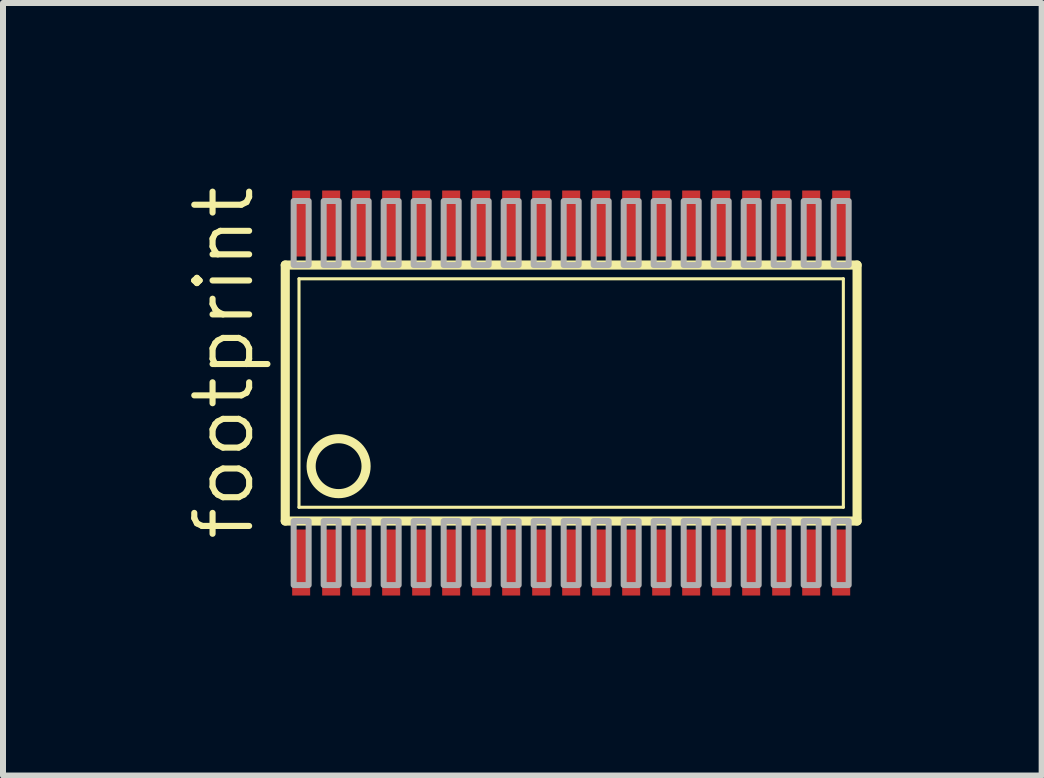
<source format=kicad_pcb>
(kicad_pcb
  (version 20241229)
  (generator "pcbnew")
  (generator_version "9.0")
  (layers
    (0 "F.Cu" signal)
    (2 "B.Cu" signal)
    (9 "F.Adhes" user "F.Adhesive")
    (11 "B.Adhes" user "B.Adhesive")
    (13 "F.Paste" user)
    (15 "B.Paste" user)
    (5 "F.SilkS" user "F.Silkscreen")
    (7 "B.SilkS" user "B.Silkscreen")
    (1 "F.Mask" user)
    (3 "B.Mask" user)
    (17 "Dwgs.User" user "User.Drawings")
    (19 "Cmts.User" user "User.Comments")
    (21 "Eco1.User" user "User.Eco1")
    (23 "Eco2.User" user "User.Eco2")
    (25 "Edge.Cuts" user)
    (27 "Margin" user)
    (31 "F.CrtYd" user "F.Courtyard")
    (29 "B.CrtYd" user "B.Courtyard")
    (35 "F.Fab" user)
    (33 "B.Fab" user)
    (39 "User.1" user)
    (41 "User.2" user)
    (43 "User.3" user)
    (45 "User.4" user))
  (footprint "footprint"
    (layer "F.Cu")
    (at 6.469 3.5)
    (property "Reference" "footprint" (at -5.25 2.5 90) (layer "F.SilkS") (effects (font (size 0.914 0.914) (thickness 0.102)) (justify left bottom)))
    (fp_line (start -4.765 2.133) (end -4.765 -2.133) (stroke (width 0.152) (type solid)) (layer "F.SilkS"))
    (fp_line (start -4.765 2.133) (end 4.765 2.133) (stroke (width 0.152) (type solid)) (layer "F.SilkS"))
    (fp_line (start -4.536 1.904) (end -4.536 -1.904) (stroke (width 0.051) (type solid)) (layer "F.SilkS"))
    (fp_line (start -4.536 1.904) (end 4.536 1.904) (stroke (width 0.051) (type solid)) (layer "F.SilkS"))
    (fp_line (start 4.536 -1.904) (end -4.536 -1.904) (stroke (width 0.051) (type solid)) (layer "F.SilkS"))
    (fp_line (start 4.536 -1.904) (end 4.536 1.904) (stroke (width 0.051) (type solid)) (layer "F.SilkS"))
    (fp_line (start 4.765 -2.133) (end -4.765 -2.133) (stroke (width 0.152) (type solid)) (layer "F.SilkS"))
    (fp_line (start 4.765 -2.133) (end 4.765 2.133) (stroke (width 0.152) (type solid)) (layer "F.SilkS"))
    (fp_circle (center -3.876 1.219) (end -3.418 1.219) (stroke (width 0.152) (type solid)) (fill no) (layer "F.SilkS"))
    (fp_poly (pts (xy -4.625 3.2) (xy -4.375 3.2) (xy -4.375 2.133) (xy -4.625 2.133)) (stroke (width 0.1) (type solid)) (fill no) (layer "F.Fab"))
    (fp_poly (pts (xy -4.375 -3.2) (xy -4.625 -3.2) (xy -4.625 -2.133) (xy -4.375 -2.133)) (stroke (width 0.1) (type solid)) (fill no) (layer "F.Fab"))
    (fp_poly (pts (xy -4.125 3.2) (xy -3.875 3.2) (xy -3.875 2.133) (xy -4.125 2.133)) (stroke (width 0.1) (type solid)) (fill no) (layer "F.Fab"))
    (fp_poly (pts (xy -3.875 -3.2) (xy -4.125 -3.2) (xy -4.125 -2.133) (xy -3.875 -2.133)) (stroke (width 0.1) (type solid)) (fill no) (layer "F.Fab"))
    (fp_poly (pts (xy -3.625 3.2) (xy -3.375 3.2) (xy -3.375 2.133) (xy -3.625 2.133)) (stroke (width 0.1) (type solid)) (fill no) (layer "F.Fab"))
    (fp_poly (pts (xy -3.375 -3.2) (xy -3.625 -3.2) (xy -3.625 -2.133) (xy -3.375 -2.133)) (stroke (width 0.1) (type solid)) (fill no) (layer "F.Fab"))
    (fp_poly (pts (xy -3.125 3.2) (xy -2.875 3.2) (xy -2.875 2.133) (xy -3.125 2.133)) (stroke (width 0.1) (type solid)) (fill no) (layer "F.Fab"))
    (fp_poly (pts (xy -2.875 -3.2) (xy -3.125 -3.2) (xy -3.125 -2.133) (xy -2.875 -2.133)) (stroke (width 0.1) (type solid)) (fill no) (layer "F.Fab"))
    (fp_poly (pts (xy -2.625 3.2) (xy -2.375 3.2) (xy -2.375 2.133) (xy -2.625 2.133)) (stroke (width 0.1) (type solid)) (fill no) (layer "F.Fab"))
    (fp_poly (pts (xy -2.375 -3.2) (xy -2.625 -3.2) (xy -2.625 -2.133) (xy -2.375 -2.133)) (stroke (width 0.1) (type solid)) (fill no) (layer "F.Fab"))
    (fp_poly (pts (xy -2.125 3.2) (xy -1.875 3.2) (xy -1.875 2.133) (xy -2.125 2.133)) (stroke (width 0.1) (type solid)) (fill no) (layer "F.Fab"))
    (fp_poly (pts (xy -1.875 -3.2) (xy -2.125 -3.2) (xy -2.125 -2.133) (xy -1.875 -2.133)) (stroke (width 0.1) (type solid)) (fill no) (layer "F.Fab"))
    (fp_poly (pts (xy -1.625 3.2) (xy -1.375 3.2) (xy -1.375 2.133) (xy -1.625 2.133)) (stroke (width 0.1) (type solid)) (fill no) (layer "F.Fab"))
    (fp_poly (pts (xy -1.375 -3.2) (xy -1.625 -3.2) (xy -1.625 -2.133) (xy -1.375 -2.133)) (stroke (width 0.1) (type solid)) (fill no) (layer "F.Fab"))
    (fp_poly (pts (xy -1.125 3.2) (xy -0.875 3.2) (xy -0.875 2.133) (xy -1.125 2.133)) (stroke (width 0.1) (type solid)) (fill no) (layer "F.Fab"))
    (fp_poly (pts (xy -0.875 -3.2) (xy -1.125 -3.2) (xy -1.125 -2.133) (xy -0.875 -2.133)) (stroke (width 0.1) (type solid)) (fill no) (layer "F.Fab"))
    (fp_poly (pts (xy -0.625 3.2) (xy -0.375 3.2) (xy -0.375 2.133) (xy -0.625 2.133)) (stroke (width 0.1) (type solid)) (fill no) (layer "F.Fab"))
    (fp_poly (pts (xy -0.375 -3.2) (xy -0.625 -3.2) (xy -0.625 -2.133) (xy -0.375 -2.133)) (stroke (width 0.1) (type solid)) (fill no) (layer "F.Fab"))
    (fp_poly (pts (xy -0.125 3.2) (xy 0.125 3.2) (xy 0.125 2.133) (xy -0.125 2.133)) (stroke (width 0.1) (type solid)) (fill no) (layer "F.Fab"))
    (fp_poly (pts (xy 0.125 -3.2) (xy -0.125 -3.2) (xy -0.125 -2.133) (xy 0.125 -2.133)) (stroke (width 0.1) (type solid)) (fill no) (layer "F.Fab"))
    (fp_poly (pts (xy 0.375 3.2) (xy 0.625 3.2) (xy 0.625 2.133) (xy 0.375 2.133)) (stroke (width 0.1) (type solid)) (fill no) (layer "F.Fab"))
    (fp_poly (pts (xy 0.625 -3.2) (xy 0.375 -3.2) (xy 0.375 -2.133) (xy 0.625 -2.133)) (stroke (width 0.1) (type solid)) (fill no) (layer "F.Fab"))
    (fp_poly (pts (xy 0.875 3.2) (xy 1.125 3.2) (xy 1.125 2.133) (xy 0.875 2.133)) (stroke (width 0.1) (type solid)) (fill no) (layer "F.Fab"))
    (fp_poly (pts (xy 1.125 -3.2) (xy 0.875 -3.2) (xy 0.875 -2.133) (xy 1.125 -2.133)) (stroke (width 0.1) (type solid)) (fill no) (layer "F.Fab"))
    (fp_poly (pts (xy 1.375 3.2) (xy 1.625 3.2) (xy 1.625 2.133) (xy 1.375 2.133)) (stroke (width 0.1) (type solid)) (fill no) (layer "F.Fab"))
    (fp_poly (pts (xy 1.625 -3.2) (xy 1.375 -3.2) (xy 1.375 -2.133) (xy 1.625 -2.133)) (stroke (width 0.1) (type solid)) (fill no) (layer "F.Fab"))
    (fp_poly (pts (xy 1.875 3.2) (xy 2.125 3.2) (xy 2.125 2.133) (xy 1.875 2.133)) (stroke (width 0.1) (type solid)) (fill no) (layer "F.Fab"))
    (fp_poly (pts (xy 2.125 -3.2) (xy 1.875 -3.2) (xy 1.875 -2.133) (xy 2.125 -2.133)) (stroke (width 0.1) (type solid)) (fill no) (layer "F.Fab"))
    (fp_poly (pts (xy 2.375 3.2) (xy 2.625 3.2) (xy 2.625 2.133) (xy 2.375 2.133)) (stroke (width 0.1) (type solid)) (fill no) (layer "F.Fab"))
    (fp_poly (pts (xy 2.625 -3.2) (xy 2.375 -3.2) (xy 2.375 -2.133) (xy 2.625 -2.133)) (stroke (width 0.1) (type solid)) (fill no) (layer "F.Fab"))
    (fp_poly (pts (xy 2.875 3.2) (xy 3.125 3.2) (xy 3.125 2.133) (xy 2.875 2.133)) (stroke (width 0.1) (type solid)) (fill no) (layer "F.Fab"))
    (fp_poly (pts (xy 3.125 -3.2) (xy 2.875 -3.2) (xy 2.875 -2.133) (xy 3.125 -2.133)) (stroke (width 0.1) (type solid)) (fill no) (layer "F.Fab"))
    (fp_poly (pts (xy 3.375 3.2) (xy 3.625 3.2) (xy 3.625 2.133) (xy 3.375 2.133)) (stroke (width 0.1) (type solid)) (fill no) (layer "F.Fab"))
    (fp_poly (pts (xy 3.625 -3.2) (xy 3.375 -3.2) (xy 3.375 -2.133) (xy 3.625 -2.133)) (stroke (width 0.1) (type solid)) (fill no) (layer "F.Fab"))
    (fp_poly (pts (xy 3.875 3.2) (xy 4.125 3.2) (xy 4.125 2.133) (xy 3.875 2.133)) (stroke (width 0.1) (type solid)) (fill no) (layer "F.Fab"))
    (fp_poly (pts (xy 4.125 -3.2) (xy 3.875 -3.2) (xy 3.875 -2.133) (xy 4.125 -2.133)) (stroke (width 0.1) (type solid)) (fill no) (layer "F.Fab"))
    (fp_poly (pts (xy 4.375 3.2) (xy 4.625 3.2) (xy 4.625 2.133) (xy 4.375 2.133)) (stroke (width 0.1) (type solid)) (fill no) (layer "F.Fab"))
    (fp_poly (pts (xy 4.625 -3.2) (xy 4.375 -3.2) (xy 4.375 -2.133) (xy 4.625 -2.133)) (stroke (width 0.1) (type solid)) (fill no) (layer "F.Fab"))
    (pad "1" smd rect (at -4.5 2.825) (size 0.3 1.1) (layers "F.Cu" "F.Mask" "F.Paste"))
    (pad "2" smd rect (at -4 2.825) (size 0.3 1.1) (layers "F.Cu" "F.Mask" "F.Paste"))
    (pad "3" smd rect (at -3.5 2.825) (size 0.3 1.1) (layers "F.Cu" "F.Mask" "F.Paste"))
    (pad "4" smd rect (at -3 2.825) (size 0.3 1.1) (layers "F.Cu" "F.Mask" "F.Paste"))
    (pad "5" smd rect (at -2.5 2.825) (size 0.3 1.1) (layers "F.Cu" "F.Mask" "F.Paste"))
    (pad "6" smd rect (at -2 2.825) (size 0.3 1.1) (layers "F.Cu" "F.Mask" "F.Paste"))
    (pad "7" smd rect (at -1.5 2.825) (size 0.3 1.1) (layers "F.Cu" "F.Mask" "F.Paste"))
    (pad "8" smd rect (at -1 2.825) (size 0.3 1.1) (layers "F.Cu" "F.Mask" "F.Paste"))
    (pad "9" smd rect (at -0.5 2.825) (size 0.3 1.1) (layers "F.Cu" "F.Mask" "F.Paste"))
    (pad "10" smd rect (at 0 2.825) (size 0.3 1.1) (layers "F.Cu" "F.Mask" "F.Paste"))
    (pad "11" smd rect (at 0.5 2.825) (size 0.3 1.1) (layers "F.Cu" "F.Mask" "F.Paste"))
    (pad "12" smd rect (at 1 2.825) (size 0.3 1.1) (layers "F.Cu" "F.Mask" "F.Paste"))
    (pad "13" smd rect (at 1.5 2.825) (size 0.3 1.1) (layers "F.Cu" "F.Mask" "F.Paste"))
    (pad "14" smd rect (at 2 2.825) (size 0.3 1.1) (layers "F.Cu" "F.Mask" "F.Paste"))
    (pad "15" smd rect (at 2.5 2.825) (size 0.3 1.1) (layers "F.Cu" "F.Mask" "F.Paste"))
    (pad "16" smd rect (at 3 2.825) (size 0.3 1.1) (layers "F.Cu" "F.Mask" "F.Paste"))
    (pad "17" smd rect (at 3.5 2.825) (size 0.3 1.1) (layers "F.Cu" "F.Mask" "F.Paste"))
    (pad "18" smd rect (at 4 2.825) (size 0.3 1.1) (layers "F.Cu" "F.Mask" "F.Paste"))
    (pad "19" smd rect (at 4.5 2.825) (size 0.3 1.1) (layers "F.Cu" "F.Mask" "F.Paste"))
    (pad "20" smd rect (at 4.5 -2.825 180) (size 0.3 1.1) (layers "F.Cu" "F.Mask" "F.Paste"))
    (pad "21" smd rect (at 4 -2.825 180) (size 0.3 1.1) (layers "F.Cu" "F.Mask" "F.Paste"))
    (pad "22" smd rect (at 3.5 -2.825 180) (size 0.3 1.1) (layers "F.Cu" "F.Mask" "F.Paste"))
    (pad "23" smd rect (at 3 -2.825 180) (size 0.3 1.1) (layers "F.Cu" "F.Mask" "F.Paste"))
    (pad "24" smd rect (at 2.5 -2.825 180) (size 0.3 1.1) (layers "F.Cu" "F.Mask" "F.Paste"))
    (pad "25" smd rect (at 2 -2.825 180) (size 0.3 1.1) (layers "F.Cu" "F.Mask" "F.Paste"))
    (pad "26" smd rect (at 1.5 -2.825 180) (size 0.3 1.1) (layers "F.Cu" "F.Mask" "F.Paste"))
    (pad "27" smd rect (at 1 -2.825 180) (size 0.3 1.1) (layers "F.Cu" "F.Mask" "F.Paste"))
    (pad "28" smd rect (at 0.5 -2.825 180) (size 0.3 1.1) (layers "F.Cu" "F.Mask" "F.Paste"))
    (pad "29" smd rect (at 0 -2.825 180) (size 0.3 1.1) (layers "F.Cu" "F.Mask" "F.Paste"))
    (pad "30" smd rect (at -0.5 -2.825 180) (size 0.3 1.1) (layers "F.Cu" "F.Mask" "F.Paste"))
    (pad "31" smd rect (at -1 -2.825 180) (size 0.3 1.1) (layers "F.Cu" "F.Mask" "F.Paste"))
    (pad "32" smd rect (at -1.5 -2.825 180) (size 0.3 1.1) (layers "F.Cu" "F.Mask" "F.Paste"))
    (pad "33" smd rect (at -2 -2.825 180) (size 0.3 1.1) (layers "F.Cu" "F.Mask" "F.Paste"))
    (pad "34" smd rect (at -2.5 -2.825 180) (size 0.3 1.1) (layers "F.Cu" "F.Mask" "F.Paste"))
    (pad "35" smd rect (at -3 -2.825 180) (size 0.3 1.1) (layers "F.Cu" "F.Mask" "F.Paste"))
    (pad "36" smd rect (at -3.5 -2.825 180) (size 0.3 1.1) (layers "F.Cu" "F.Mask" "F.Paste"))
    (pad "37" smd rect (at -4 -2.825 180) (size 0.3 1.1) (layers "F.Cu" "F.Mask" "F.Paste"))
    (pad "38" smd rect (at -4.5 -2.825 180) (size 0.3 1.1) (layers "F.Cu" "F.Mask" "F.Paste")))
  (gr_rect
    (start -3 -3)
    (end 14.31 9.875)
    (stroke (width 0.1) (type default))
    (fill no)
    (layer "Edge.Cuts")))
</source>
